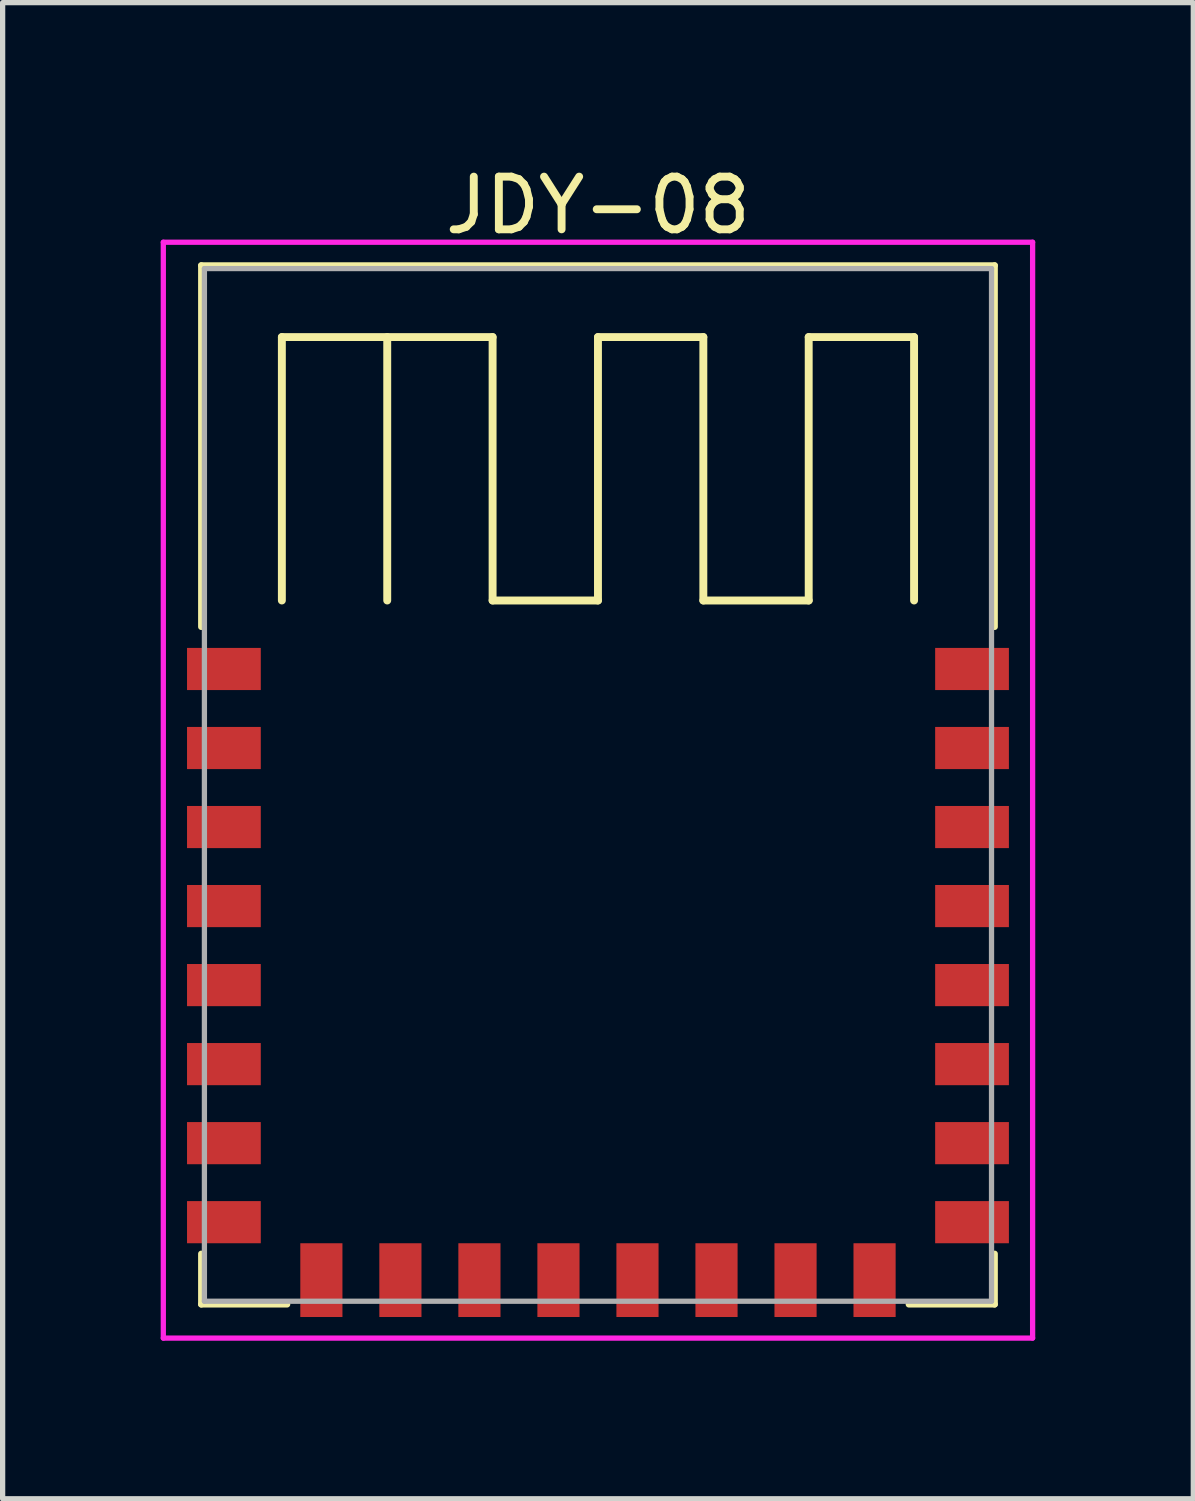
<source format=kicad_pcb>
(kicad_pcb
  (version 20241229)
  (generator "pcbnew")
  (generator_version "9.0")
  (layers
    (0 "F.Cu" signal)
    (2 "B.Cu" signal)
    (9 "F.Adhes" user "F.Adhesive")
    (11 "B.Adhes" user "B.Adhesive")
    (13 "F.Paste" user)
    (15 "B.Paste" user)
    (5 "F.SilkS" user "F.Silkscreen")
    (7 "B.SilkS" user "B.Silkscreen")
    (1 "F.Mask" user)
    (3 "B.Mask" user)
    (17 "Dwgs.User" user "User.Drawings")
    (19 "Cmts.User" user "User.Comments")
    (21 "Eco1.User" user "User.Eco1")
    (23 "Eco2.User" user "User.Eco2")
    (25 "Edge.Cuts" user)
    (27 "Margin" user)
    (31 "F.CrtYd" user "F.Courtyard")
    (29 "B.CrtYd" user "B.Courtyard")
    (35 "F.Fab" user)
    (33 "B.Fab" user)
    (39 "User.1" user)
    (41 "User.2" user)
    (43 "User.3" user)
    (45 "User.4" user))
  (footprint "JDY-08"
    (layer "F.Cu")
    (at 8.3 11.848)
    (property "Reference" "JDY-08" (at 0 -11 0) (layer "F.SilkS") (effects (font (size 1 1) (thickness 0.15))))
    (attr through_hole)
    (fp_line (start -7.53 -9.86) (end 7.53 -9.86) (stroke (width 0.12) (type solid)) (layer "F.SilkS"))
    (fp_line (start -7.53 -3) (end -7.53 -9.86) (stroke (width 0.12) (type solid)) (layer "F.SilkS"))
    (fp_line (start -7.53 8.9) (end -7.53 9.86) (stroke (width 0.12) (type solid)) (layer "F.SilkS"))
    (fp_line (start -7.53 9.86) (end -5.9 9.86) (stroke (width 0.12) (type solid)) (layer "F.SilkS"))
    (fp_line (start -6 -8.5) (end -6 -3.5) (stroke (width 0.15) (type solid)) (layer "F.SilkS"))
    (fp_line (start -4 -8.5) (end -4 -3.5) (stroke (width 0.15) (type solid)) (layer "F.SilkS"))
    (fp_line (start -2 -8.5) (end -6 -8.5) (stroke (width 0.15) (type solid)) (layer "F.SilkS"))
    (fp_line (start -2 -3.5) (end -2 -8.5) (stroke (width 0.15) (type solid)) (layer "F.SilkS"))
    (fp_line (start 0 -8.5) (end 0 -3.5) (stroke (width 0.15) (type solid)) (layer "F.SilkS"))
    (fp_line (start 0 -3.5) (end -2 -3.5) (stroke (width 0.15) (type solid)) (layer "F.SilkS"))
    (fp_line (start 2 -8.5) (end 0 -8.5) (stroke (width 0.15) (type solid)) (layer "F.SilkS"))
    (fp_line (start 2 -3.5) (end 2 -8.5) (stroke (width 0.15) (type solid)) (layer "F.SilkS"))
    (fp_line (start 4 -8.5) (end 4 -3.5) (stroke (width 0.15) (type solid)) (layer "F.SilkS"))
    (fp_line (start 4 -3.5) (end 2 -3.5) (stroke (width 0.15) (type solid)) (layer "F.SilkS"))
    (fp_line (start 5.9 9.86) (end 7.53 9.86) (stroke (width 0.12) (type solid)) (layer "F.SilkS"))
    (fp_line (start 6 -8.5) (end 4 -8.5) (stroke (width 0.15) (type solid)) (layer "F.SilkS"))
    (fp_line (start 6 -3.5) (end 6 -8.5) (stroke (width 0.15) (type solid)) (layer "F.SilkS"))
    (fp_line (start 7.53 -9.86) (end 7.53 -3) (stroke (width 0.12) (type solid)) (layer "F.SilkS"))
    (fp_line (start 7.53 9.86) (end 7.53 8.9) (stroke (width 0.12) (type solid)) (layer "F.SilkS"))
    (fp_line (start -8.25 -10.3) (end -8.25 10.5) (stroke (width 0.1) (type solid)) (layer "F.CrtYd"))
    (fp_line (start -8.25 10.5) (end 8.25 10.5) (stroke (width 0.1) (type solid)) (layer "F.CrtYd"))
    (fp_line (start 8.25 -10.3) (end -8.25 -10.3) (stroke (width 0.1) (type solid)) (layer "F.CrtYd"))
    (fp_line (start 8.25 10.5) (end 8.25 -10.3) (stroke (width 0.1) (type solid)) (layer "F.CrtYd"))
    (fp_line (start -7.47 -9.8) (end -7.47 9.8) (stroke (width 0.1) (type solid)) (layer "F.Fab"))
    (fp_line (start -7.47 -9.8) (end 7.47 -9.8) (stroke (width 0.1) (type solid)) (layer "F.Fab"))
    (fp_line (start -7.47 9.8) (end 7.47 9.8) (stroke (width 0.1) (type solid)) (layer "F.Fab"))
    (fp_line (start 7.47 -9.8) (end 7.47 9.8) (stroke (width 0.1) (type solid)) (layer "F.Fab"))
    (pad "1" smd rect (at -7.1 -2.2 180) (size 1.4 0.8) (layers "F.Cu" "F.Mask" "F.Paste"))
    (pad "2" smd rect (at -7.1 -0.7 180) (size 1.4 0.8) (layers "F.Cu" "F.Mask" "F.Paste"))
    (pad "3" smd rect (at -7.1 0.8 180) (size 1.4 0.8) (layers "F.Cu" "F.Mask" "F.Paste"))
    (pad "4" smd rect (at -7.1 2.3 180) (size 1.4 0.8) (layers "F.Cu" "F.Mask" "F.Paste"))
    (pad "5" smd rect (at -7.1 3.8 180) (size 1.4 0.8) (layers "F.Cu" "F.Mask" "F.Paste"))
    (pad "6" smd rect (at -7.1 5.3 180) (size 1.4 0.8) (layers "F.Cu" "F.Mask" "F.Paste"))
    (pad "7" smd rect (at -7.1 6.8 180) (size 1.4 0.8) (layers "F.Cu" "F.Mask" "F.Paste"))
    (pad "8" smd rect (at -7.1 8.3 180) (size 1.4 0.8) (layers "F.Cu" "F.Mask" "F.Paste"))
    (pad "9" smd rect (at -5.25 9.4 180) (size 0.8 1.4) (layers "F.Cu" "F.Mask" "F.Paste"))
    (pad "10" smd rect (at -3.75 9.4 180) (size 0.8 1.4) (layers "F.Cu" "F.Mask" "F.Paste"))
    (pad "11" smd rect (at -2.25 9.4 180) (size 0.8 1.4) (layers "F.Cu" "F.Mask" "F.Paste"))
    (pad "12" smd rect (at -0.75 9.4 180) (size 0.8 1.4) (layers "F.Cu" "F.Mask" "F.Paste"))
    (pad "13" smd rect (at 0.75 9.4 180) (size 0.8 1.4) (layers "F.Cu" "F.Mask" "F.Paste"))
    (pad "14" smd rect (at 2.25 9.4 180) (size 0.8 1.4) (layers "F.Cu" "F.Mask" "F.Paste"))
    (pad "15" smd rect (at 3.75 9.4 180) (size 0.8 1.4) (layers "F.Cu" "F.Mask" "F.Paste"))
    (pad "16" smd rect (at 5.25 9.4 180) (size 0.8 1.4) (layers "F.Cu" "F.Mask" "F.Paste"))
    (pad "17" smd rect (at 7.1 8.3 180) (size 1.4 0.8) (layers "F.Cu" "F.Mask" "F.Paste"))
    (pad "18" smd rect (at 7.1 6.8 180) (size 1.4 0.8) (layers "F.Cu" "F.Mask" "F.Paste"))
    (pad "19" smd rect (at 7.1 5.3 180) (size 1.4 0.8) (layers "F.Cu" "F.Mask" "F.Paste"))
    (pad "20" smd rect (at 7.1 3.8 180) (size 1.4 0.8) (layers "F.Cu" "F.Mask" "F.Paste"))
    (pad "21" smd rect (at 7.1 2.3 180) (size 1.4 0.8) (layers "F.Cu" "F.Mask" "F.Paste"))
    (pad "22" smd rect (at 7.1 0.8 180) (size 1.4 0.8) (layers "F.Cu" "F.Mask" "F.Paste"))
    (pad "23" smd rect (at 7.1 -0.7 180) (size 1.4 0.8) (layers "F.Cu" "F.Mask" "F.Paste"))
    (pad "24" smd rect (at 7.1 -2.2 180) (size 1.4 0.8) (layers "F.Cu" "F.Mask" "F.Paste")))
  (gr_rect
    (start -3 -3)
    (end 19.6 25.398)
    (stroke (width 0.1) (type default))
    (fill no)
    (layer "Edge.Cuts")))
</source>
